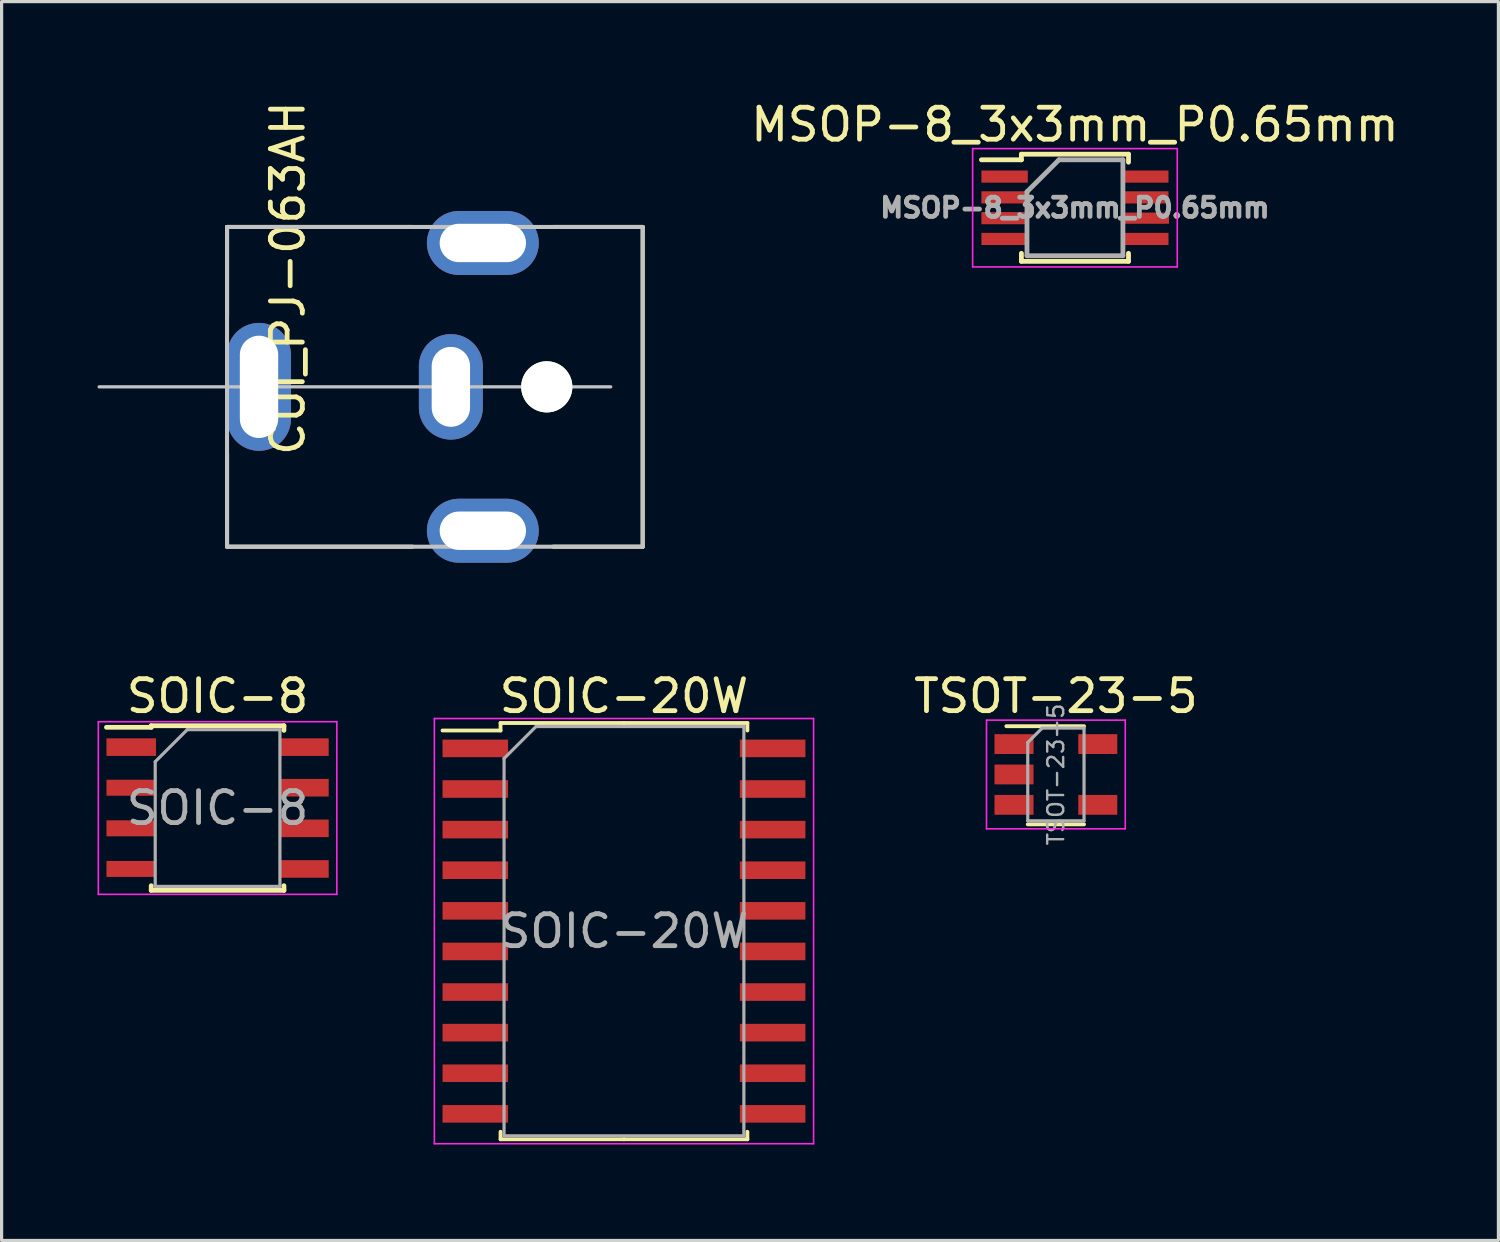
<source format=kicad_pcb>
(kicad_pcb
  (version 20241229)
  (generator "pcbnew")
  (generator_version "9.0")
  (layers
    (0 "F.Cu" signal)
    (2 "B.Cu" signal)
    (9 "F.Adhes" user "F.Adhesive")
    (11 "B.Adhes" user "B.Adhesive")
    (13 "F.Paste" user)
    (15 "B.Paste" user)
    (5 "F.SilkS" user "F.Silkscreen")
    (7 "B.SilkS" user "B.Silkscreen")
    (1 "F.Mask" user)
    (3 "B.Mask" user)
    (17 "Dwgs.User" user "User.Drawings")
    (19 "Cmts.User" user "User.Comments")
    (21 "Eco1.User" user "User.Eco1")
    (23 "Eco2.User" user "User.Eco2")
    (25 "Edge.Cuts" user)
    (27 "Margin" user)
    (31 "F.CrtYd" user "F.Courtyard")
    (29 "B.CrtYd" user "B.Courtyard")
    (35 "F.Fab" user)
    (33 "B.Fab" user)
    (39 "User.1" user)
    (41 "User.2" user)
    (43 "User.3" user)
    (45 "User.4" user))
  (footprint "SOIC-20W"
    (layer "F.Cu")
    (at 16.465 26.072)
    (property "Reference" "SOIC-20W" (at 0 -7.35 0) (layer "F.SilkS") (effects (font (size 1 1) (thickness 0.15))))
    (attr smd)
    (fp_line (start -3.86 -6.51) (end -3.86 -6.275) (stroke (width 0.12) (type solid)) (layer "F.SilkS"))
    (fp_line (start -3.86 -6.275) (end -5.675 -6.275) (stroke (width 0.12) (type solid)) (layer "F.SilkS"))
    (fp_line (start -3.86 6.51) (end -3.86 6.275) (stroke (width 0.12) (type solid)) (layer "F.SilkS"))
    (fp_line (start 0 -6.51) (end -3.86 -6.51) (stroke (width 0.12) (type solid)) (layer "F.SilkS"))
    (fp_line (start 0 -6.51) (end 3.86 -6.51) (stroke (width 0.12) (type solid)) (layer "F.SilkS"))
    (fp_line (start 0 6.51) (end -3.86 6.51) (stroke (width 0.12) (type solid)) (layer "F.SilkS"))
    (fp_line (start 0 6.51) (end 3.86 6.51) (stroke (width 0.12) (type solid)) (layer "F.SilkS"))
    (fp_line (start 3.86 -6.51) (end 3.86 -6.275) (stroke (width 0.12) (type solid)) (layer "F.SilkS"))
    (fp_line (start 3.86 6.51) (end 3.86 6.275) (stroke (width 0.12) (type solid)) (layer "F.SilkS"))
    (fp_line (start -5.93 -6.65) (end -5.93 6.65) (stroke (width 0.05) (type solid)) (layer "F.CrtYd"))
    (fp_line (start -5.93 6.65) (end 5.93 6.65) (stroke (width 0.05) (type solid)) (layer "F.CrtYd"))
    (fp_line (start 5.93 -6.65) (end -5.93 -6.65) (stroke (width 0.05) (type solid)) (layer "F.CrtYd"))
    (fp_line (start 5.93 6.65) (end 5.93 -6.65) (stroke (width 0.05) (type solid)) (layer "F.CrtYd"))
    (fp_line (start -3.75 -5.4) (end -2.75 -6.4) (stroke (width 0.1) (type solid)) (layer "F.Fab"))
    (fp_line (start -3.75 6.4) (end -3.75 -5.4) (stroke (width 0.1) (type solid)) (layer "F.Fab"))
    (fp_line (start -2.75 -6.4) (end 3.75 -6.4) (stroke (width 0.1) (type solid)) (layer "F.Fab"))
    (fp_line (start 3.75 -6.4) (end 3.75 6.4) (stroke (width 0.1) (type solid)) (layer "F.Fab"))
    (fp_line (start 3.75 6.4) (end -3.75 6.4) (stroke (width 0.1) (type solid)) (layer "F.Fab"))
    (fp_text user "${REFERENCE}" (at 0 0 0) (layer "F.Fab") (effects (font (size 1 1) (thickness 0.15))))
    (pad "1" smd rect (at -4.65 -5.715) (size 2.05 0.55) (layers "F.Cu" "F.Mask" "F.Paste"))
    (pad "2" smd rect (at -4.65 -4.445) (size 2.05 0.55) (layers "F.Cu" "F.Mask" "F.Paste"))
    (pad "3" smd rect (at -4.65 -3.175) (size 2.05 0.55) (layers "F.Cu" "F.Mask" "F.Paste"))
    (pad "4" smd rect (at -4.65 -1.905) (size 2.05 0.55) (layers "F.Cu" "F.Mask" "F.Paste"))
    (pad "5" smd rect (at -4.65 -0.635) (size 2.05 0.55) (layers "F.Cu" "F.Mask" "F.Paste"))
    (pad "6" smd rect (at -4.65 0.635) (size 2.05 0.55) (layers "F.Cu" "F.Mask" "F.Paste"))
    (pad "7" smd rect (at -4.65 1.905) (size 2.05 0.55) (layers "F.Cu" "F.Mask" "F.Paste"))
    (pad "8" smd rect (at -4.65 3.175) (size 2.05 0.55) (layers "F.Cu" "F.Mask" "F.Paste"))
    (pad "9" smd rect (at -4.65 4.445) (size 2.05 0.55) (layers "F.Cu" "F.Mask" "F.Paste"))
    (pad "10" smd rect (at -4.65 5.715) (size 2.05 0.55) (layers "F.Cu" "F.Mask" "F.Paste"))
    (pad "11" smd rect (at 4.65 5.715) (size 2.05 0.55) (layers "F.Cu" "F.Mask" "F.Paste"))
    (pad "12" smd rect (at 4.65 4.445) (size 2.05 0.55) (layers "F.Cu" "F.Mask" "F.Paste"))
    (pad "13" smd rect (at 4.65 3.175) (size 2.05 0.55) (layers "F.Cu" "F.Mask" "F.Paste"))
    (pad "14" smd rect (at 4.65 1.905) (size 2.05 0.55) (layers "F.Cu" "F.Mask" "F.Paste"))
    (pad "15" smd rect (at 4.65 0.635) (size 2.05 0.55) (layers "F.Cu" "F.Mask" "F.Paste"))
    (pad "16" smd rect (at 4.65 -0.635) (size 2.05 0.55) (layers "F.Cu" "F.Mask" "F.Paste"))
    (pad "17" smd rect (at 4.65 -1.905) (size 2.05 0.55) (layers "F.Cu" "F.Mask" "F.Paste"))
    (pad "18" smd rect (at 4.65 -3.175) (size 2.05 0.55) (layers "F.Cu" "F.Mask" "F.Paste"))
    (pad "19" smd rect (at 4.65 -4.445) (size 2.05 0.55) (layers "F.Cu" "F.Mask" "F.Paste"))
    (pad "20" smd rect (at 4.65 -5.715) (size 2.05 0.55) (layers "F.Cu" "F.Mask" "F.Paste")))
  (footprint "CUI_PJ-063AH"
    (layer "F.Cu")
    (at 5.051 9.049)
    (property "Reference" "CUI_PJ-063AH" (at 0.9 -3.4 90) (layer "F.SilkS") (effects (font (size 1 1) (thickness 0.15))))
    (attr through_hole)
    (fp_line (start -1 -5) (end 4.8 -5) (stroke (width 0.127) (type solid)) (layer "F.SilkS"))
    (fp_line (start -1 -2.2) (end -1 -5) (stroke (width 0.127) (type solid)) (layer "F.SilkS"))
    (fp_line (start -1 5) (end -1 2.1) (stroke (width 0.127) (type solid)) (layer "F.SilkS"))
    (fp_line (start 4.8 5) (end -1 5) (stroke (width 0.127) (type solid)) (layer "F.SilkS"))
    (fp_line (start 9.2 -5) (end 12 -5) (stroke (width 0.127) (type solid)) (layer "F.SilkS"))
    (fp_line (start 12 -5) (end 12 5) (stroke (width 0.127) (type solid)) (layer "F.SilkS"))
    (fp_line (start 12 5) (end 9.2 5) (stroke (width 0.127) (type solid)) (layer "F.SilkS"))
    (fp_line (start -5 0) (end 11 0) (stroke (width 0.102) (type solid)) (layer "Dwgs.User"))
    (fp_line (start -1 -5) (end 12 -5) (stroke (width 0.127) (type solid)) (layer "Dwgs.User"))
    (fp_line (start -1 5) (end -1 -5) (stroke (width 0.127) (type solid)) (layer "Dwgs.User"))
    (fp_line (start 12 -5) (end 12 5) (stroke (width 0.127) (type solid)) (layer "Dwgs.User"))
    (fp_line (start 12 5) (end -1 5) (stroke (width 0.127) (type solid)) (layer "Dwgs.User"))
    (fp_line (start -1.4 -2.45) (end -1.25 -2.45) (stroke (width 0.05) (type solid)) (layer "Eco1.User"))
    (fp_line (start -1.4 2.25) (end -1.4 -2.45) (stroke (width 0.05) (type solid)) (layer "Eco1.User"))
    (fp_line (start -1.25 -5.25) (end 4.75 -5.25) (stroke (width 0.05) (type solid)) (layer "Eco1.User"))
    (fp_line (start -1.25 -2.45) (end -1.25 -5.25) (stroke (width 0.05) (type solid)) (layer "Eco1.User"))
    (fp_line (start -1.25 2.25) (end -1.4 2.25) (stroke (width 0.05) (type solid)) (layer "Eco1.User"))
    (fp_line (start -1.25 5.25) (end -1.25 2.25) (stroke (width 0.05) (type solid)) (layer "Eco1.User"))
    (fp_line (start 4.75 -5.85) (end 9.45 -5.85) (stroke (width 0.05) (type solid)) (layer "Eco1.User"))
    (fp_line (start 4.75 -5.25) (end 4.75 -5.85) (stroke (width 0.05) (type solid)) (layer "Eco1.User"))
    (fp_line (start 4.75 5.25) (end -1.25 5.25) (stroke (width 0.05) (type solid)) (layer "Eco1.User"))
    (fp_line (start 4.75 5.8) (end 4.75 5.25) (stroke (width 0.05) (type solid)) (layer "Eco1.User"))
    (fp_line (start 9.25 5.25) (end 9.25 5.8) (stroke (width 0.05) (type solid)) (layer "Eco1.User"))
    (fp_line (start 9.25 5.8) (end 4.75 5.8) (stroke (width 0.05) (type solid)) (layer "Eco1.User"))
    (fp_line (start 9.45 -5.85) (end 9.45 -5.25) (stroke (width 0.05) (type solid)) (layer "Eco1.User"))
    (fp_line (start 9.45 -5.25) (end 12.25 -5.25) (stroke (width 0.05) (type solid)) (layer "Eco1.User"))
    (fp_line (start 12.25 -5.25) (end 12.25 5.25) (stroke (width 0.05) (type solid)) (layer "Eco1.User"))
    (fp_line (start 12.25 5.25) (end 9.25 5.25) (stroke (width 0.05) (type solid)) (layer "Eco1.User"))
    (pad "" np_thru_hole circle (at 9 0) (size 1.6 1.6) (drill 1.6) (layers "*.Cu" "*.Mask" "F.SilkS"))
    (pad "1" thru_hole oval (at 0 0 270) (size 4 2) (drill oval 3.2 1.2) (layers "*.Cu" "*.Mask"))
    (pad "2" thru_hole oval (at 6 0 270) (size 3.3 2) (drill oval 2.5 1.2) (layers "*.Cu" "*.Mask"))
    (pad "3" thru_hole oval (at 7 -4.5) (size 3.5 2) (drill oval 2.7 1.2) (layers "*.Cu" "*.Mask"))
    (pad "3" thru_hole oval (at 7 4.5) (size 3.5 2) (drill oval 2.7 1.2) (layers "*.Cu" "*.Mask")))
  (footprint "SOIC-8"
    (layer "F.Cu")
    (at 3.755 22.222)
    (property "Reference" "SOIC-8" (at 0 -3.5 0) (layer "F.SilkS") (effects (font (size 1 1) (thickness 0.15))))
    (attr smd)
    (fp_line (start -2.075 -2.575) (end -2.075 -2.525) (stroke (width 0.15) (type solid)) (layer "F.SilkS"))
    (fp_line (start -2.075 -2.575) (end 2.075 -2.575) (stroke (width 0.15) (type solid)) (layer "F.SilkS"))
    (fp_line (start -2.075 -2.525) (end -3.475 -2.525) (stroke (width 0.15) (type solid)) (layer "F.SilkS"))
    (fp_line (start -2.075 2.575) (end -2.075 2.43) (stroke (width 0.15) (type solid)) (layer "F.SilkS"))
    (fp_line (start -2.075 2.575) (end 2.075 2.575) (stroke (width 0.15) (type solid)) (layer "F.SilkS"))
    (fp_line (start 2.075 -2.575) (end 2.075 -2.43) (stroke (width 0.15) (type solid)) (layer "F.SilkS"))
    (fp_line (start 2.075 2.575) (end 2.075 2.43) (stroke (width 0.15) (type solid)) (layer "F.SilkS"))
    (fp_line (start -3.73 -2.7) (end -3.73 2.7) (stroke (width 0.05) (type solid)) (layer "F.CrtYd"))
    (fp_line (start -3.73 -2.7) (end 3.73 -2.7) (stroke (width 0.05) (type solid)) (layer "F.CrtYd"))
    (fp_line (start -3.73 2.7) (end 3.73 2.7) (stroke (width 0.05) (type solid)) (layer "F.CrtYd"))
    (fp_line (start 3.73 -2.7) (end 3.73 2.7) (stroke (width 0.05) (type solid)) (layer "F.CrtYd"))
    (fp_line (start -1.95 -1.45) (end -0.95 -2.45) (stroke (width 0.1) (type solid)) (layer "F.Fab"))
    (fp_line (start -1.95 2.45) (end -1.95 -1.45) (stroke (width 0.1) (type solid)) (layer "F.Fab"))
    (fp_line (start -0.95 -2.45) (end 1.95 -2.45) (stroke (width 0.1) (type solid)) (layer "F.Fab"))
    (fp_line (start 1.95 -2.45) (end 1.95 2.45) (stroke (width 0.1) (type solid)) (layer "F.Fab"))
    (fp_line (start 1.95 2.45) (end -1.95 2.45) (stroke (width 0.1) (type solid)) (layer "F.Fab"))
    (fp_text user "${REFERENCE}" (at 0 0 0) (layer "F.Fab") (effects (font (size 1 1) (thickness 0.15))))
    (pad "1" smd rect (at -2.7 -1.905) (size 1.55 0.55) (layers "F.Cu" "F.Mask" "F.Paste"))
    (pad "2" smd rect (at -2.7 -0.635) (size 1.55 0.5) (layers "F.Cu" "F.Mask" "F.Paste"))
    (pad "3" smd rect (at -2.7 0.635) (size 1.55 0.5) (layers "F.Cu" "F.Mask" "F.Paste"))
    (pad "4" smd rect (at -2.7 1.905) (size 1.55 0.5) (layers "F.Cu" "F.Mask" "F.Paste"))
    (pad "5" smd rect (at 2.7 1.905) (size 1.55 0.55) (layers "F.Cu" "F.Mask" "F.Paste"))
    (pad "6" smd rect (at 2.7 0.635) (size 1.55 0.55) (layers "F.Cu" "F.Mask" "F.Paste"))
    (pad "7" smd rect (at 2.7 -0.635) (size 1.55 0.55) (layers "F.Cu" "F.Mask" "F.Paste"))
    (pad "8" smd rect (at 2.7 -1.905) (size 1.55 0.55) (layers "F.Cu" "F.Mask" "F.Paste")))
  (footprint "TSOT-23-5"
    (layer "F.Cu")
    (at 29.974 21.172)
    (property "Reference" "TSOT-23-5" (at 0 -2.45 0) (layer "F.SilkS") (effects (font (size 1 1) (thickness 0.15))))
    (attr smd)
    (fp_line (start -0.88 1.56) (end 0.88 1.56) (stroke (width 0.12) (type solid)) (layer "F.SilkS"))
    (fp_line (start 0.88 -1.51) (end -1.55 -1.51) (stroke (width 0.12) (type solid)) (layer "F.SilkS"))
    (fp_line (start -2.17 -1.7) (end -2.17 1.7) (stroke (width 0.05) (type solid)) (layer "F.CrtYd"))
    (fp_line (start -2.17 -1.7) (end 2.17 -1.7) (stroke (width 0.05) (type solid)) (layer "F.CrtYd"))
    (fp_line (start 2.17 1.7) (end -2.17 1.7) (stroke (width 0.05) (type solid)) (layer "F.CrtYd"))
    (fp_line (start 2.17 1.7) (end 2.17 -1.7) (stroke (width 0.05) (type solid)) (layer "F.CrtYd"))
    (fp_line (start -0.88 -1) (end -0.88 1.45) (stroke (width 0.1) (type solid)) (layer "F.Fab"))
    (fp_line (start -0.88 -1) (end -0.43 -1.45) (stroke (width 0.1) (type solid)) (layer "F.Fab"))
    (fp_line (start 0.88 -1.45) (end -0.43 -1.45) (stroke (width 0.1) (type solid)) (layer "F.Fab"))
    (fp_line (start 0.88 -1.45) (end 0.88 1.45) (stroke (width 0.1) (type solid)) (layer "F.Fab"))
    (fp_line (start 0.88 1.45) (end -0.88 1.45) (stroke (width 0.1) (type solid)) (layer "F.Fab"))
    (fp_text user "${REFERENCE}" (at 0 0 90) (layer "F.Fab") (effects (font (size 0.5 0.5) (thickness 0.075))))
    (pad "1" smd rect (at -1.31 -0.95) (size 1.22 0.62) (layers "F.Cu" "F.Mask" "F.Paste"))
    (pad "2" smd rect (at -1.31 0) (size 1.22 0.62) (layers "F.Cu" "F.Mask" "F.Paste"))
    (pad "3" smd rect (at -1.31 0.95) (size 1.22 0.62) (layers "F.Cu" "F.Mask" "F.Paste"))
    (pad "4" smd rect (at 1.31 0.95) (size 1.22 0.62) (layers "F.Cu" "F.Mask" "F.Paste"))
    (pad "5" smd rect (at 1.31 -0.95) (size 1.22 0.62) (layers "F.Cu" "F.Mask" "F.Paste")))
  (footprint "MSOP-8_3x3mm_P0.65mm"
    (layer "F.Cu")
    (at 30.57 3.448)
    (property "Reference" "MSOP-8_3x3mm_P0.65mm" (at 0 -2.6 0) (layer "F.SilkS") (effects (font (size 1 1) (thickness 0.15))))
    (attr smd)
    (fp_line (start -1.675 -1.675) (end -1.675 -1.5) (stroke (width 0.15) (type solid)) (layer "F.SilkS"))
    (fp_line (start -1.675 -1.675) (end 1.675 -1.675) (stroke (width 0.15) (type solid)) (layer "F.SilkS"))
    (fp_line (start -1.675 -1.5) (end -2.925 -1.5) (stroke (width 0.15) (type solid)) (layer "F.SilkS"))
    (fp_line (start -1.675 1.675) (end -1.675 1.425) (stroke (width 0.15) (type solid)) (layer "F.SilkS"))
    (fp_line (start -1.675 1.675) (end 1.675 1.675) (stroke (width 0.15) (type solid)) (layer "F.SilkS"))
    (fp_line (start 1.675 -1.675) (end 1.675 -1.425) (stroke (width 0.15) (type solid)) (layer "F.SilkS"))
    (fp_line (start 1.675 1.675) (end 1.675 1.425) (stroke (width 0.15) (type solid)) (layer "F.SilkS"))
    (fp_line (start -3.2 -1.85) (end -3.2 1.85) (stroke (width 0.05) (type solid)) (layer "F.CrtYd"))
    (fp_line (start -3.2 -1.85) (end 3.2 -1.85) (stroke (width 0.05) (type solid)) (layer "F.CrtYd"))
    (fp_line (start -3.2 1.85) (end 3.2 1.85) (stroke (width 0.05) (type solid)) (layer "F.CrtYd"))
    (fp_line (start 3.2 -1.85) (end 3.2 1.85) (stroke (width 0.05) (type solid)) (layer "F.CrtYd"))
    (fp_line (start -1.5 -0.5) (end -0.5 -1.5) (stroke (width 0.15) (type solid)) (layer "F.Fab"))
    (fp_line (start -1.5 1.5) (end -1.5 -0.5) (stroke (width 0.15) (type solid)) (layer "F.Fab"))
    (fp_line (start -0.5 -1.5) (end 1.5 -1.5) (stroke (width 0.15) (type solid)) (layer "F.Fab"))
    (fp_line (start 1.5 -1.5) (end 1.5 1.5) (stroke (width 0.15) (type solid)) (layer "F.Fab"))
    (fp_line (start 1.5 1.5) (end -1.5 1.5) (stroke (width 0.15) (type solid)) (layer "F.Fab"))
    (fp_text user "${REFERENCE}" (at 0 0 0) (layer "F.Fab") (effects (font (size 0.6 0.6) (thickness 0.15))))
    (pad "1" smd rect (at -2.2 -0.975) (size 1.45 0.38) (layers "F.Cu" "F.Mask" "F.Paste"))
    (pad "2" smd rect (at -2.2 -0.325) (size 1.45 0.38) (layers "F.Cu" "F.Mask" "F.Paste"))
    (pad "3" smd rect (at -2.2 0.325) (size 1.45 0.38) (layers "F.Cu" "F.Mask" "F.Paste"))
    (pad "4" smd rect (at -2.2 0.975) (size 1.45 0.38) (layers "F.Cu" "F.Mask" "F.Paste"))
    (pad "5" smd rect (at 2.2 0.975) (size 1.45 0.38) (layers "F.Cu" "F.Mask" "F.Paste"))
    (pad "6" smd rect (at 2.2 0.325) (size 1.48 0.35) (layers "F.Cu" "F.Mask" "F.Paste"))
    (pad "7" smd rect (at 2.2 -0.325) (size 1.45 0.38) (layers "F.Cu" "F.Mask" "F.Paste"))
    (pad "8" smd rect (at 2.2 -0.975) (size 1.45 0.38) (layers "F.Cu" "F.Mask" "F.Paste")))
  (gr_rect
    (start -3 -3)
    (end 43.814 35.747)
    (stroke (width 0.1) (type default))
    (fill no)
    (layer "Edge.Cuts")))
</source>
